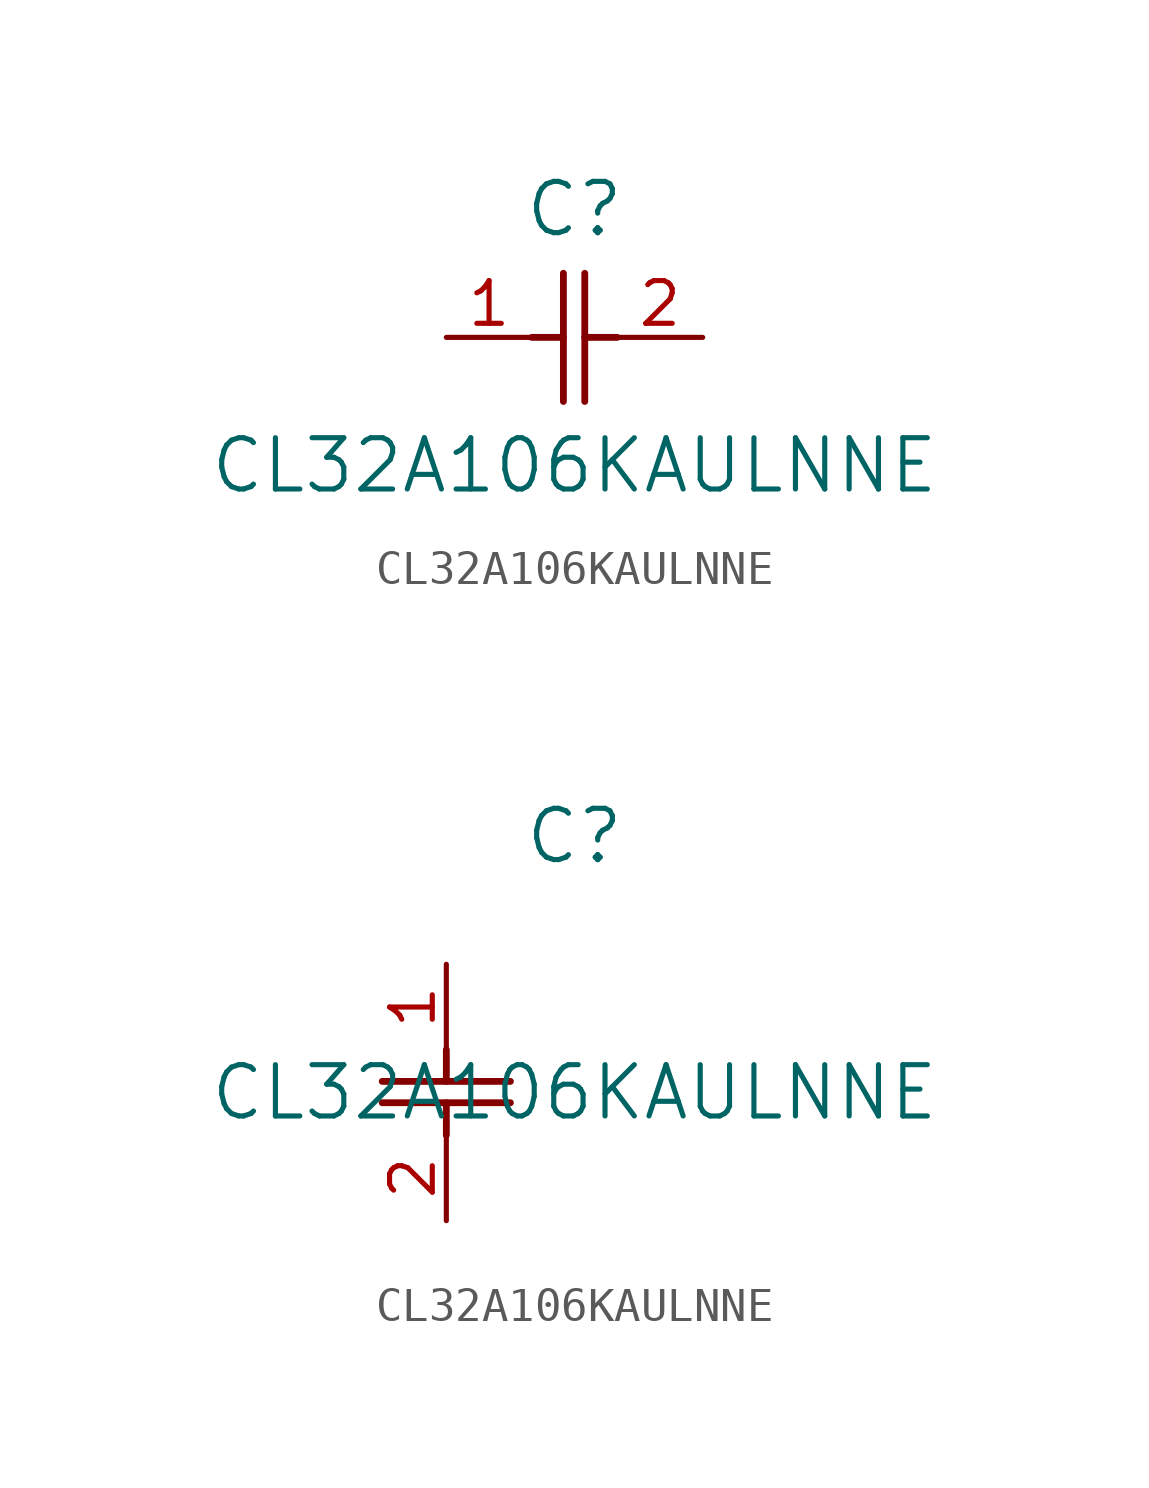
<source format=kicad_sym>
(kicad_symbol_lib
  (version 20231120)
  (generator "kicad_symbol_editor")
  (generator_version "8.0")
  (symbol "CL32A106KAULNNE"
    (pin_names
      (offset 0.254))
    (property "Reference" "C"
      (at 3.81 3.81 0)
      (effects (font (size 1.524 1.524))))
    (property "Value" "CL32A106KAULNNE"
      (at 3.81 -3.81 0)
      (effects (font (size 1.524 1.524))))
    (symbol "CL32A106KAULNNE_1_1"
      (polyline (pts (xy 2.54 0) (xy 3.48 0)) (stroke (width 0.203) (type default)) (fill (type none)))
      (polyline (pts (xy 3.48 -1.905) (xy 3.48 1.905)) (stroke (width 0.203) (type default)) (fill (type none)))
      (polyline (pts (xy 4.115 -1.905) (xy 4.115 1.905)) (stroke (width 0.203) (type default)) (fill (type none)))
      (polyline (pts (xy 4.115 0) (xy 5.08 0)) (stroke (width 0.203) (type default)) (fill (type none)))
      (pin unspecified line (at 0 0 0) (length 2.54) (name "" (effects (font (size 1.27 1.27)))) (number "1" (effects (font (size 1.27 1.27)))))
      (pin unspecified line (at 7.62 0 180) (length 2.54) (name "" (effects (font (size 1.27 1.27)))) (number "2" (effects (font (size 1.27 1.27))))))
    (symbol "CL32A106KAULNNE_1_2"
      (polyline (pts (xy -1.905 -4.115) (xy 1.905 -4.115)) (stroke (width 0.203) (type default)) (fill (type none)))
      (polyline (pts (xy -1.905 -3.48) (xy 1.905 -3.48)) (stroke (width 0.203) (type default)) (fill (type none)))
      (polyline (pts (xy 0 -4.115) (xy 0 -5.08)) (stroke (width 0.203) (type default)) (fill (type none)))
      (polyline (pts (xy 0 -2.54) (xy 0 -3.48)) (stroke (width 0.203) (type default)) (fill (type none)))
      (pin unspecified line (at 0 0 270) (length 2.54) (name "" (effects (font (size 1.27 1.27)))) (number "1" (effects (font (size 1.27 1.27)))))
      (pin unspecified line (at 0 -7.62 90) (length 2.54) (name "" (effects (font (size 1.27 1.27)))) (number "2" (effects (font (size 1.27 1.27))))))))
</source>
